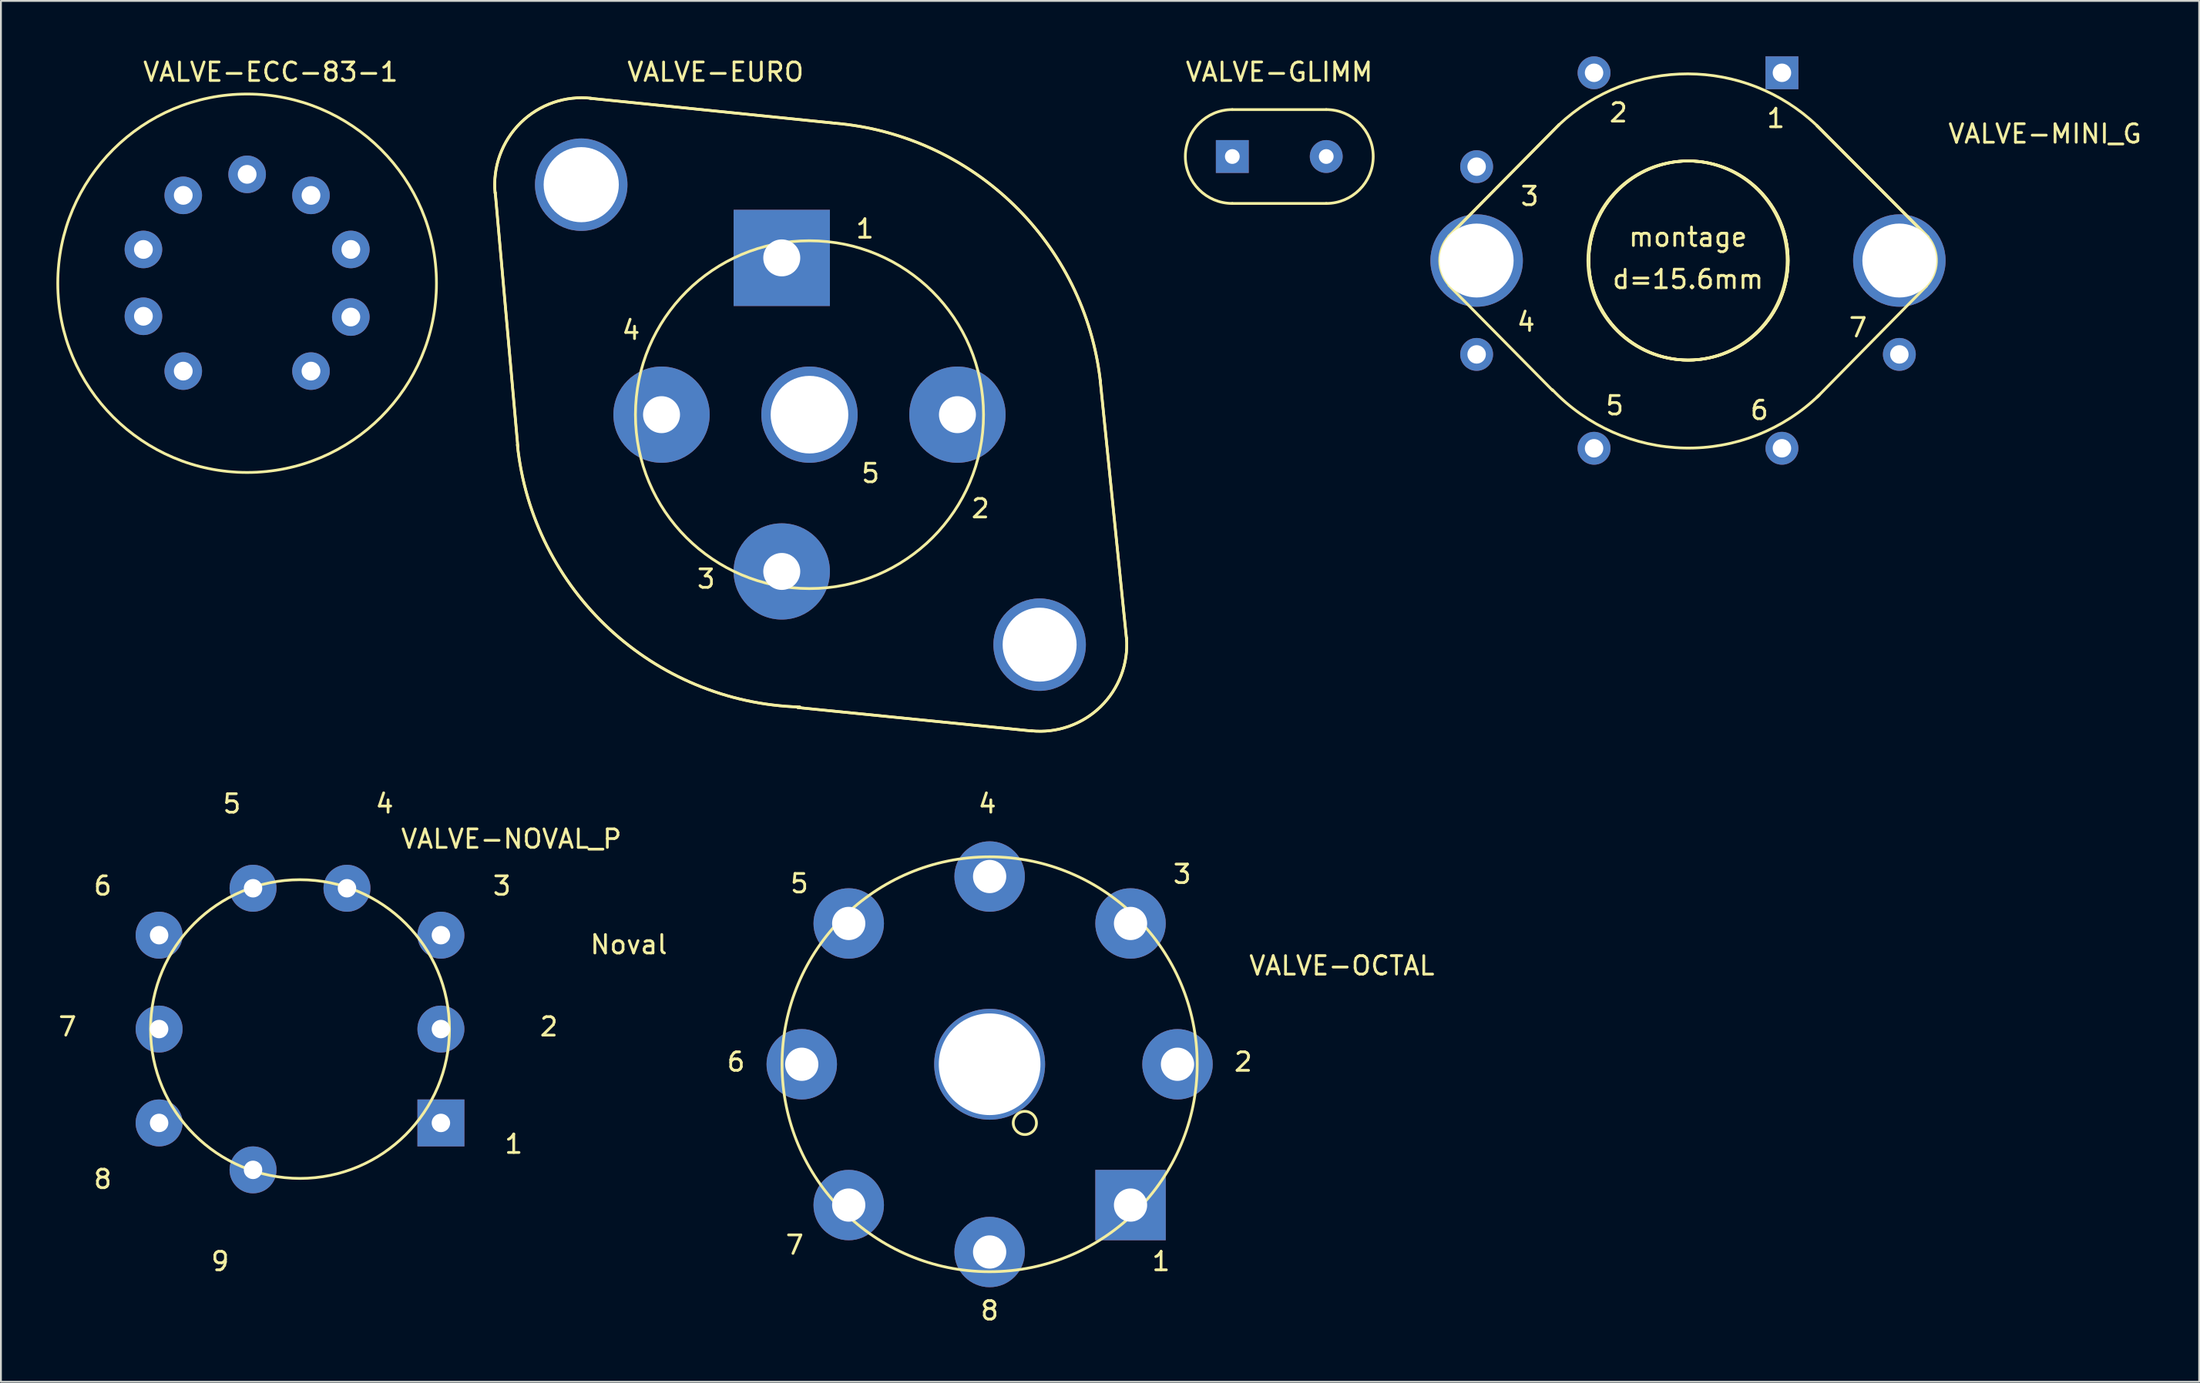
<source format=kicad_pcb>
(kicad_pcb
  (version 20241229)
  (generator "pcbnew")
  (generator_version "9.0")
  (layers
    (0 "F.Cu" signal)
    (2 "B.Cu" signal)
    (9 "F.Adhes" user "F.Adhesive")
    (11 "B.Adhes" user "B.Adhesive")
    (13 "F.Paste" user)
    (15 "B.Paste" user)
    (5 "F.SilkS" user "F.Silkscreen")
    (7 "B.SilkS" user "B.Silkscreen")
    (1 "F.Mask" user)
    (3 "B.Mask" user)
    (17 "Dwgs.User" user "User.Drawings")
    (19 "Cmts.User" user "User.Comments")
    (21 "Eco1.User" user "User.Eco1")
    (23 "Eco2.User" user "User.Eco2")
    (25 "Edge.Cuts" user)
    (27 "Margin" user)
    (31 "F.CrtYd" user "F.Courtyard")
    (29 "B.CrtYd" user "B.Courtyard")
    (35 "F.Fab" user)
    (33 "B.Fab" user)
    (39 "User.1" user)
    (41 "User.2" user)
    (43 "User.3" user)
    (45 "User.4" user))
  (footprint "VALVE-MINI_G"
    (layer "F.Cu")
    (at 88.235 11.049)
    (property "Reference" "VALVE-MINI_G" (at 19.304 -6.858 0) (layer "F.SilkS") (effects (font (size 1 1) (thickness 0.15))))
    (attr exclude_from_pos_files exclude_from_bom)
    (fp_line (start -12.929 -1.321) (end -6.985 -7.341) (stroke (width 0.15) (type solid)) (layer "F.SilkS"))
    (fp_line (start -12.929 -1.321) (end -6.985 -7.341) (stroke (width 0.15) (type solid)) (layer "F.SilkS"))
    (fp_line (start -12.929 1.346) (end -7.315 7.036) (stroke (width 0.15) (type solid)) (layer "F.SilkS"))
    (fp_line (start 6.985 -7.29) (end 12.979 -1.27) (stroke (width 0.15) (type solid)) (layer "F.SilkS"))
    (fp_line (start 6.985 -7.29) (end 12.979 -1.27) (stroke (width 0.15) (type solid)) (layer "F.SilkS"))
    (fp_line (start 6.985 -7.29) (end 12.979 -1.27) (stroke (width 0.15) (type solid)) (layer "F.SilkS"))
    (fp_line (start 12.903 1.372) (end 6.985 7.391) (stroke (width 0.15) (type solid)) (layer "F.SilkS"))
    (fp_arc (start -12.90066 1.34874) (mid -13.42538 0.019987) (end -12.927382 -1.31901) (stroke (width 0.15) (type solid)) (layer "F.SilkS"))
    (fp_arc (start -6.985 -7.3406) (mid -0.00353 -10.101458) (end 6.96598 -7.310547) (stroke (width 0.15) (type solid)) (layer "F.SilkS"))
    (fp_arc (start 7.09422 7.28218) (mid -0.178599 10.14676) (end -7.330404 6.992175) (stroke (width 0.15) (type solid)) (layer "F.SilkS"))
    (fp_arc (start 12.9794 -1.27) (mid 13.431537 0.085971) (end 12.864795 1.398178) (stroke (width 0.15) (type solid)) (layer "F.SilkS"))
    (fp_circle (center -0.025 0) (end -3.835 3.81) (stroke (width 0.15) (type solid)) (fill no) (layer "F.SilkS"))
    (fp_circle (center 0.025 0) (end 3.835 3.81) (stroke (width 0.15) (type solid)) (fill no) (layer "F.SilkS"))
    (fp_circle (center 0.025 0) (end 3.835 3.81) (stroke (width 0.15) (type solid)) (fill no) (layer "F.SilkS"))
    (fp_circle (center 0.025 0) (end 3.835 3.81) (stroke (width 0.15) (type solid)) (fill no) (layer "F.SilkS"))
    (fp_text user "2" (at -3.759 -8.001 0) (layer "F.SilkS") (effects (font (size 1 1) (thickness 0.15))))
    (fp_text user "montage" (at 0 -1.27 0) (layer "F.SilkS") (effects (font (size 1 1) (thickness 0.15))))
    (fp_text user "d=15.6mm" (at 0 1.016 0) (layer "F.SilkS") (effects (font (size 1 1) (thickness 0.15))))
    (fp_text user "5" (at -3.962 7.849 0) (layer "F.SilkS") (effects (font (size 1 1) (thickness 0.15))))
    (fp_text user "3" (at -8.56 -3.48 0) (layer "F.SilkS") (effects (font (size 1 1) (thickness 0.15))))
    (fp_text user "7" (at 9.195 3.63 0) (layer "F.SilkS") (effects (font (size 1 1) (thickness 0.15))))
    (fp_text user "4" (at -8.76 3.327 0) (layer "F.SilkS") (effects (font (size 1 1) (thickness 0.15))))
    (fp_text user "1" (at 4.75 -7.696 0) (layer "F.SilkS") (effects (font (size 1 1) (thickness 0.15))))
    (fp_text user "6" (at 3.861 8.103 0) (layer "F.SilkS") (effects (font (size 1 1) (thickness 0.15))))
    (pad "" thru_hole circle (at -11.43 0) (size 5.001 5.001) (drill 4) (layers "*.Cu" "F.Mask" "F.Paste"))
    (pad "" thru_hole circle (at 11.43 0) (size 5.001 5.001) (drill 4) (layers "*.Cu" "F.Mask" "F.Paste"))
    (pad "1" thru_hole rect (at 5.08 -10.16) (size 1.778 1.778) (drill 0.998) (layers "*.Cu" "F.Mask" "F.Paste"))
    (pad "2" thru_hole circle (at -5.08 -10.16) (size 1.778 1.778) (drill 0.998) (layers "*.Cu" "F.Mask" "F.Paste"))
    (pad "3" thru_hole circle (at -11.43 -5.08) (size 1.778 1.778) (drill 0.998) (layers "*.Cu" "F.Mask" "F.Paste"))
    (pad "4" thru_hole circle (at -11.43 5.08) (size 1.778 1.778) (drill 0.998) (layers "*.Cu" "F.Mask" "F.Paste"))
    (pad "5" thru_hole circle (at -5.08 10.16) (size 1.778 1.778) (drill 0.998) (layers "*.Cu" "F.Mask" "F.Paste"))
    (pad "6" thru_hole circle (at 5.08 10.16) (size 1.778 1.778) (drill 0.998) (layers "*.Cu" "F.Mask" "F.Paste"))
    (pad "7" thru_hole circle (at 11.43 5.08) (size 1.778 1.778) (drill 0.998) (layers "*.Cu" "F.Mask" "F.Paste")))
  (footprint "VALVE-ECC-83-1"
    (layer "F.Cu")
    (at 10.314 12.278)
    (property "Reference" "VALVE-ECC-83-1" (at 1.27 -11.43 0) (layer "F.SilkS") (effects (font (size 1 1) (thickness 0.15))))
    (attr through_hole)
    (fp_circle (center 0 0) (end 10.16 1.27) (stroke (width 0.15) (type solid)) (fill no) (layer "F.SilkS"))
    (pad "1" thru_hole circle (at 3.454 4.755) (size 2.032 2.032) (drill 1.016) (layers "*.Cu" "*.Mask"))
    (pad "2" thru_hole circle (at 5.608 1.829) (size 2.032 2.032) (drill 1.016) (layers "*.Cu" "*.Mask"))
    (pad "3" thru_hole circle (at 5.608 -1.829) (size 2.032 2.032) (drill 1.016) (layers "*.Cu" "*.Mask"))
    (pad "4" thru_hole circle (at 3.454 -4.755) (size 2.032 2.032) (drill 1.016) (layers "*.Cu" "*.Mask"))
    (pad "5" thru_hole circle (at 0 -5.893) (size 2.032 2.032) (drill 1.016) (layers "*.Cu" "*.Mask"))
    (pad "6" thru_hole circle (at -3.454 -4.755) (size 2.032 2.032) (drill 1.016) (layers "*.Cu" "*.Mask"))
    (pad "7" thru_hole circle (at -5.608 -1.829) (size 2.032 2.032) (drill 1.016) (layers "*.Cu" "*.Mask"))
    (pad "8" thru_hole circle (at -5.608 1.788) (size 2.032 2.032) (drill 1.016) (layers "*.Cu" "*.Mask"))
    (pad "9" thru_hole circle (at -3.454 4.755) (size 2.032 2.032) (drill 1.016) (layers "*.Cu" "*.Mask")))
  (footprint "VALVE-GLIMM"
    (layer "F.Cu")
    (at 64.862 5.42)
    (property "Reference" "VALVE-GLIMM" (at 1.27 -4.572 0) (layer "F.SilkS") (effects (font (size 1 1) (thickness 0.15))))
    (attr exclude_from_pos_files exclude_from_bom)
    (fp_line (start -1.27 -2.54) (end 3.81 -2.54) (stroke (width 0.15) (type solid)) (layer "F.SilkS"))
    (fp_line (start -1.27 2.54) (end 3.81 2.54) (stroke (width 0.15) (type solid)) (layer "F.SilkS"))
    (fp_arc (start -1.27 2.54) (mid -3.81 0) (end -1.27 -2.54) (stroke (width 0.15) (type solid)) (layer "F.SilkS"))
    (fp_arc (start 3.81 -2.54) (mid 6.35 0) (end 3.81 2.54) (stroke (width 0.15) (type solid)) (layer "F.SilkS"))
    (pad "1" thru_hole rect (at -1.27 0) (size 1.778 1.778) (drill 0.798) (layers "*.Cu" "F.Mask" "F.Paste"))
    (pad "2" thru_hole circle (at 3.81 0) (size 1.778 1.778) (drill 0.798) (layers "*.Cu" "F.Mask" "F.Paste")))
  (footprint "VALVE-OCTAL"
    (layer "F.Cu")
    (at 50.468 54.544)
    (property "Reference" "VALVE-OCTAL" (at 19.05 -5.334 0) (layer "F.SilkS") (effects (font (size 1 1) (thickness 0.15))))
    (attr exclude_from_pos_files exclude_from_bom)
    (fp_circle (center 0 0) (end -7.938 7.938) (stroke (width 0.15) (type solid)) (fill no) (layer "F.SilkS"))
    (fp_circle (center 1.905 3.175) (end 2.349 3.619) (stroke (width 0.15) (type solid)) (fill no) (layer "F.SilkS"))
    (fp_text user "3" (at 10.414 -10.287 0) (layer "F.SilkS") (effects (font (size 1 1) (thickness 0.15))))
    (fp_text user "6" (at -13.716 -0.127 0) (layer "F.SilkS") (effects (font (size 1 1) (thickness 0.15))))
    (fp_text user "7" (at -10.541 9.779 0) (layer "F.SilkS") (effects (font (size 1 1) (thickness 0.15))))
    (fp_text user "1" (at 9.271 10.668 0) (layer "F.SilkS") (effects (font (size 1 1) (thickness 0.15))))
    (fp_text user "2" (at 13.716 -0.127 0) (layer "F.SilkS") (effects (font (size 1 1) (thickness 0.15))))
    (fp_text user "8" (at 0 13.335 0) (layer "F.SilkS") (effects (font (size 1 1) (thickness 0.15))))
    (fp_text user "5" (at -10.287 -9.779 0) (layer "F.SilkS") (effects (font (size 1 1) (thickness 0.15))))
    (fp_text user "4" (at -0.127 -14.097 0) (layer "F.SilkS") (effects (font (size 1 1) (thickness 0.15))))
    (pad "" thru_hole circle (at 0 0) (size 5.999 5.999) (drill 5.499) (layers "*.Cu" "F.Mask" "F.Paste"))
    (pad "1" thru_hole rect (at 7.62 7.62) (size 3.81 3.81) (drill 1.798) (layers "*.Cu" "F.Mask" "F.Paste"))
    (pad "2" thru_hole circle (at 10.16 0) (size 3.81 3.81) (drill 1.798) (layers "*.Cu" "F.Mask" "F.Paste"))
    (pad "3" thru_hole circle (at 7.62 -7.62) (size 3.81 3.81) (drill 1.798) (layers "*.Cu" "F.Mask" "F.Paste"))
    (pad "4" thru_hole circle (at 0 -10.16) (size 3.81 3.81) (drill 1.798) (layers "*.Cu" "F.Mask" "F.Paste"))
    (pad "5" thru_hole circle (at -7.62 -7.62) (size 3.81 3.81) (drill 1.798) (layers "*.Cu" "F.Mask" "F.Paste"))
    (pad "6" thru_hole circle (at -10.16 0) (size 3.81 3.81) (drill 1.798) (layers "*.Cu" "F.Mask" "F.Paste"))
    (pad "7" thru_hole circle (at -7.62 7.62) (size 3.81 3.81) (drill 1.798) (layers "*.Cu" "F.Mask" "F.Paste"))
    (pad "8" thru_hole circle (at 0 10.16) (size 3.81 3.81) (drill 1.798) (layers "*.Cu" "F.Mask" "F.Paste")))
  (footprint "VALVE-EURO"
    (layer "F.Cu")
    (at 40.726 19.39)
    (property "Reference" "VALVE-EURO" (at -5.08 -18.542 0) (layer "F.SilkS") (effects (font (size 1 1) (thickness 0.15))))
    (attr exclude_from_pos_files exclude_from_bom)
    (fp_line (start -15.773 1.727) (end -16.993 -12.014) (stroke (width 0.15) (type solid)) (layer "F.SilkS"))
    (fp_line (start -15.773 1.727) (end -16.993 -12.014) (stroke (width 0.15) (type solid)) (layer "F.SilkS"))
    (fp_line (start -11.862 -17.12) (end 1.372 -15.773) (stroke (width 0.15) (type solid)) (layer "F.SilkS"))
    (fp_line (start -11.862 -17.12) (end 1.372 -15.773) (stroke (width 0.15) (type solid)) (layer "F.SilkS"))
    (fp_line (start 12.04 17.12) (end -0.635 15.85) (stroke (width 0.15) (type solid)) (layer "F.SilkS"))
    (fp_line (start 12.04 17.12) (end -0.635 15.85) (stroke (width 0.15) (type solid)) (layer "F.SilkS"))
    (fp_line (start 17.145 12.141) (end 15.723 -1.854) (stroke (width 0.15) (type solid)) (layer "F.SilkS"))
    (fp_line (start 17.145 12.141) (end 15.723 -1.854) (stroke (width 0.15) (type solid)) (layer "F.SilkS"))
    (fp_arc (start -17.00022 -11.98626) (mid -15.619349 -15.797549) (end -11.787255 -17.119588) (stroke (width 0.15) (type solid)) (layer "F.SilkS"))
    (fp_arc (start -17.00022 -11.98626) (mid -15.619349 -15.797549) (end -11.787255 -17.119588) (stroke (width 0.15) (type solid)) (layer "F.SilkS"))
    (fp_arc (start -0.5207 15.82166) (mid -10.825921 11.594935) (end -15.795623 1.626743) (stroke (width 0.15) (type solid)) (layer "F.SilkS"))
    (fp_arc (start -0.5207 15.82166) (mid -10.825921 11.594935) (end -15.795623 1.626743) (stroke (width 0.15) (type solid)) (layer "F.SilkS"))
    (fp_arc (start 1.3716 -15.7734) (mid 11.06139 -11.339934) (end 15.73496 -1.763641) (stroke (width 0.15) (type solid)) (layer "F.SilkS"))
    (fp_arc (start 1.3716 -15.7734) (mid 11.06139 -11.339934) (end 15.73496 -1.763641) (stroke (width 0.15) (type solid)) (layer "F.SilkS"))
    (fp_arc (start 17.145 12.0904) (mid 15.742083 15.803323) (end 11.993757 17.108708) (stroke (width 0.15) (type solid)) (layer "F.SilkS"))
    (fp_arc (start 17.145 12.0904) (mid 15.742083 15.803323) (end 11.993757 17.108708) (stroke (width 0.15) (type solid)) (layer "F.SilkS"))
    (fp_circle (center 0 0) (end -6.655 6.655) (stroke (width 0.15) (type solid)) (fill no) (layer "F.SilkS"))
    (fp_text user "3" (at -5.588 8.89 0) (layer "F.SilkS") (effects (font (size 1 1) (thickness 0.15))))
    (fp_text user "1" (at 2.997 -10.058 0) (layer "F.SilkS") (effects (font (size 1 1) (thickness 0.15))))
    (fp_text user "4" (at -9.652 -4.572 0) (layer "F.SilkS") (effects (font (size 1 1) (thickness 0.15))))
    (fp_text user "2" (at 9.246 5.08 0) (layer "F.SilkS") (effects (font (size 1 1) (thickness 0.15))))
    (fp_text user "5" (at 3.302 3.175 0) (layer "F.SilkS") (effects (font (size 1 1) (thickness 0.15))))
    (pad "" thru_hole circle (at -12.344 -12.446) (size 5.001 5.001) (drill 4.064) (layers "*.Cu" "F.Mask" "F.Paste"))
    (pad "" thru_hole circle (at 12.446 12.446) (size 5.001 5.001) (drill 4) (layers "*.Cu" "F.Mask" "F.Paste"))
    (pad "1" thru_hole rect (at -1.499 -8.484) (size 5.207 5.207) (drill 1.999) (layers "*.Cu" "F.Mask" "F.Paste"))
    (pad "2" thru_hole circle (at 8.001 0) (size 5.207 5.207) (drill 1.999) (layers "*.Cu" "F.Mask" "F.Paste"))
    (pad "3" thru_hole circle (at -1.499 8.484) (size 5.207 5.207) (drill 1.999) (layers "*.Cu" "F.Mask" "F.Paste"))
    (pad "4" thru_hole circle (at -8.001 0) (size 5.207 5.207) (drill 1.999) (layers "*.Cu" "F.Mask" "F.Paste"))
    (pad "5" thru_hole circle (at 0 0) (size 5.207 5.207) (drill 4.199) (layers "*.Cu" "F.Mask" "F.Paste")))
  (footprint "VALVE-NOVAL_P"
    (layer "F.Cu")
    (at 13.174 52.639)
    (property "Reference" "VALVE-NOVAL_P" (at 11.43 -10.287 0) (layer "F.SilkS") (effects (font (size 1 1) (thickness 0.15))))
    (attr exclude_from_pos_files exclude_from_bom)
    (fp_circle (center 0 0) (end -5.715 5.715) (stroke (width 0.15) (type solid)) (fill no) (layer "F.SilkS"))
    (fp_text user "8" (at -10.668 8.128 0) (layer "F.SilkS") (effects (font (size 1 1) (thickness 0.15))))
    (fp_text user "1" (at 11.557 6.223 0) (layer "F.SilkS") (effects (font (size 1 1) (thickness 0.15))))
    (fp_text user "4" (at 4.572 -12.192 0) (layer "F.SilkS") (effects (font (size 1 1) (thickness 0.15))))
    (fp_text user "5" (at -3.683 -12.192 0) (layer "F.SilkS") (effects (font (size 1 1) (thickness 0.15))))
    (fp_text user "3" (at 10.922 -7.747 0) (layer "F.SilkS") (effects (font (size 1 1) (thickness 0.15))))
    (fp_text user "Noval" (at 17.78 -4.572 0) (layer "F.SilkS") (effects (font (size 1 1) (thickness 0.15))))
    (fp_text user "2" (at 13.462 -0.127 0) (layer "F.SilkS") (effects (font (size 1 1) (thickness 0.15))))
    (fp_text user "9" (at -4.318 12.573 0) (layer "F.SilkS") (effects (font (size 1 1) (thickness 0.15))))
    (fp_text user "7" (at -12.573 -0.127 0) (layer "F.SilkS") (effects (font (size 1 1) (thickness 0.15))))
    (fp_text user "6" (at -10.668 -7.747 0) (layer "F.SilkS") (effects (font (size 1 1) (thickness 0.15))))
    (pad "1" thru_hole rect (at 7.62 5.08) (size 2.54 2.54) (drill 0.998) (layers "*.Cu" "F.Mask" "F.Paste"))
    (pad "2" thru_hole circle (at 7.62 0) (size 2.54 2.54) (drill 0.998) (layers "*.Cu" "F.Mask" "F.Paste"))
    (pad "3" thru_hole circle (at 7.62 -5.08) (size 2.54 2.54) (drill 0.998) (layers "*.Cu" "F.Mask" "F.Paste"))
    (pad "4" thru_hole circle (at 2.54 -7.62) (size 2.54 2.54) (drill 0.998) (layers "*.Cu" "F.Mask" "F.Paste"))
    (pad "5" thru_hole circle (at -2.54 -7.62) (size 2.54 2.54) (drill 0.998) (layers "*.Cu" "F.Mask" "F.Paste"))
    (pad "6" thru_hole circle (at -7.62 -5.08) (size 2.54 2.54) (drill 0.998) (layers "*.Cu" "F.Mask" "F.Paste"))
    (pad "7" thru_hole circle (at -7.62 0) (size 2.54 2.54) (drill 0.998) (layers "*.Cu" "F.Mask" "F.Paste"))
    (pad "8" thru_hole circle (at -7.62 5.08) (size 2.54 2.54) (drill 0.998) (layers "*.Cu" "F.Mask" "F.Paste"))
    (pad "9" thru_hole circle (at -2.54 7.62) (size 2.54 2.54) (drill 0.998) (layers "*.Cu" "F.Mask" "F.Paste")))
  (gr_rect
    (start -3 -3)
    (end 115.879 71.727)
    (stroke (width 0.1) (type default))
    (fill no)
    (layer "Edge.Cuts")))
</source>
